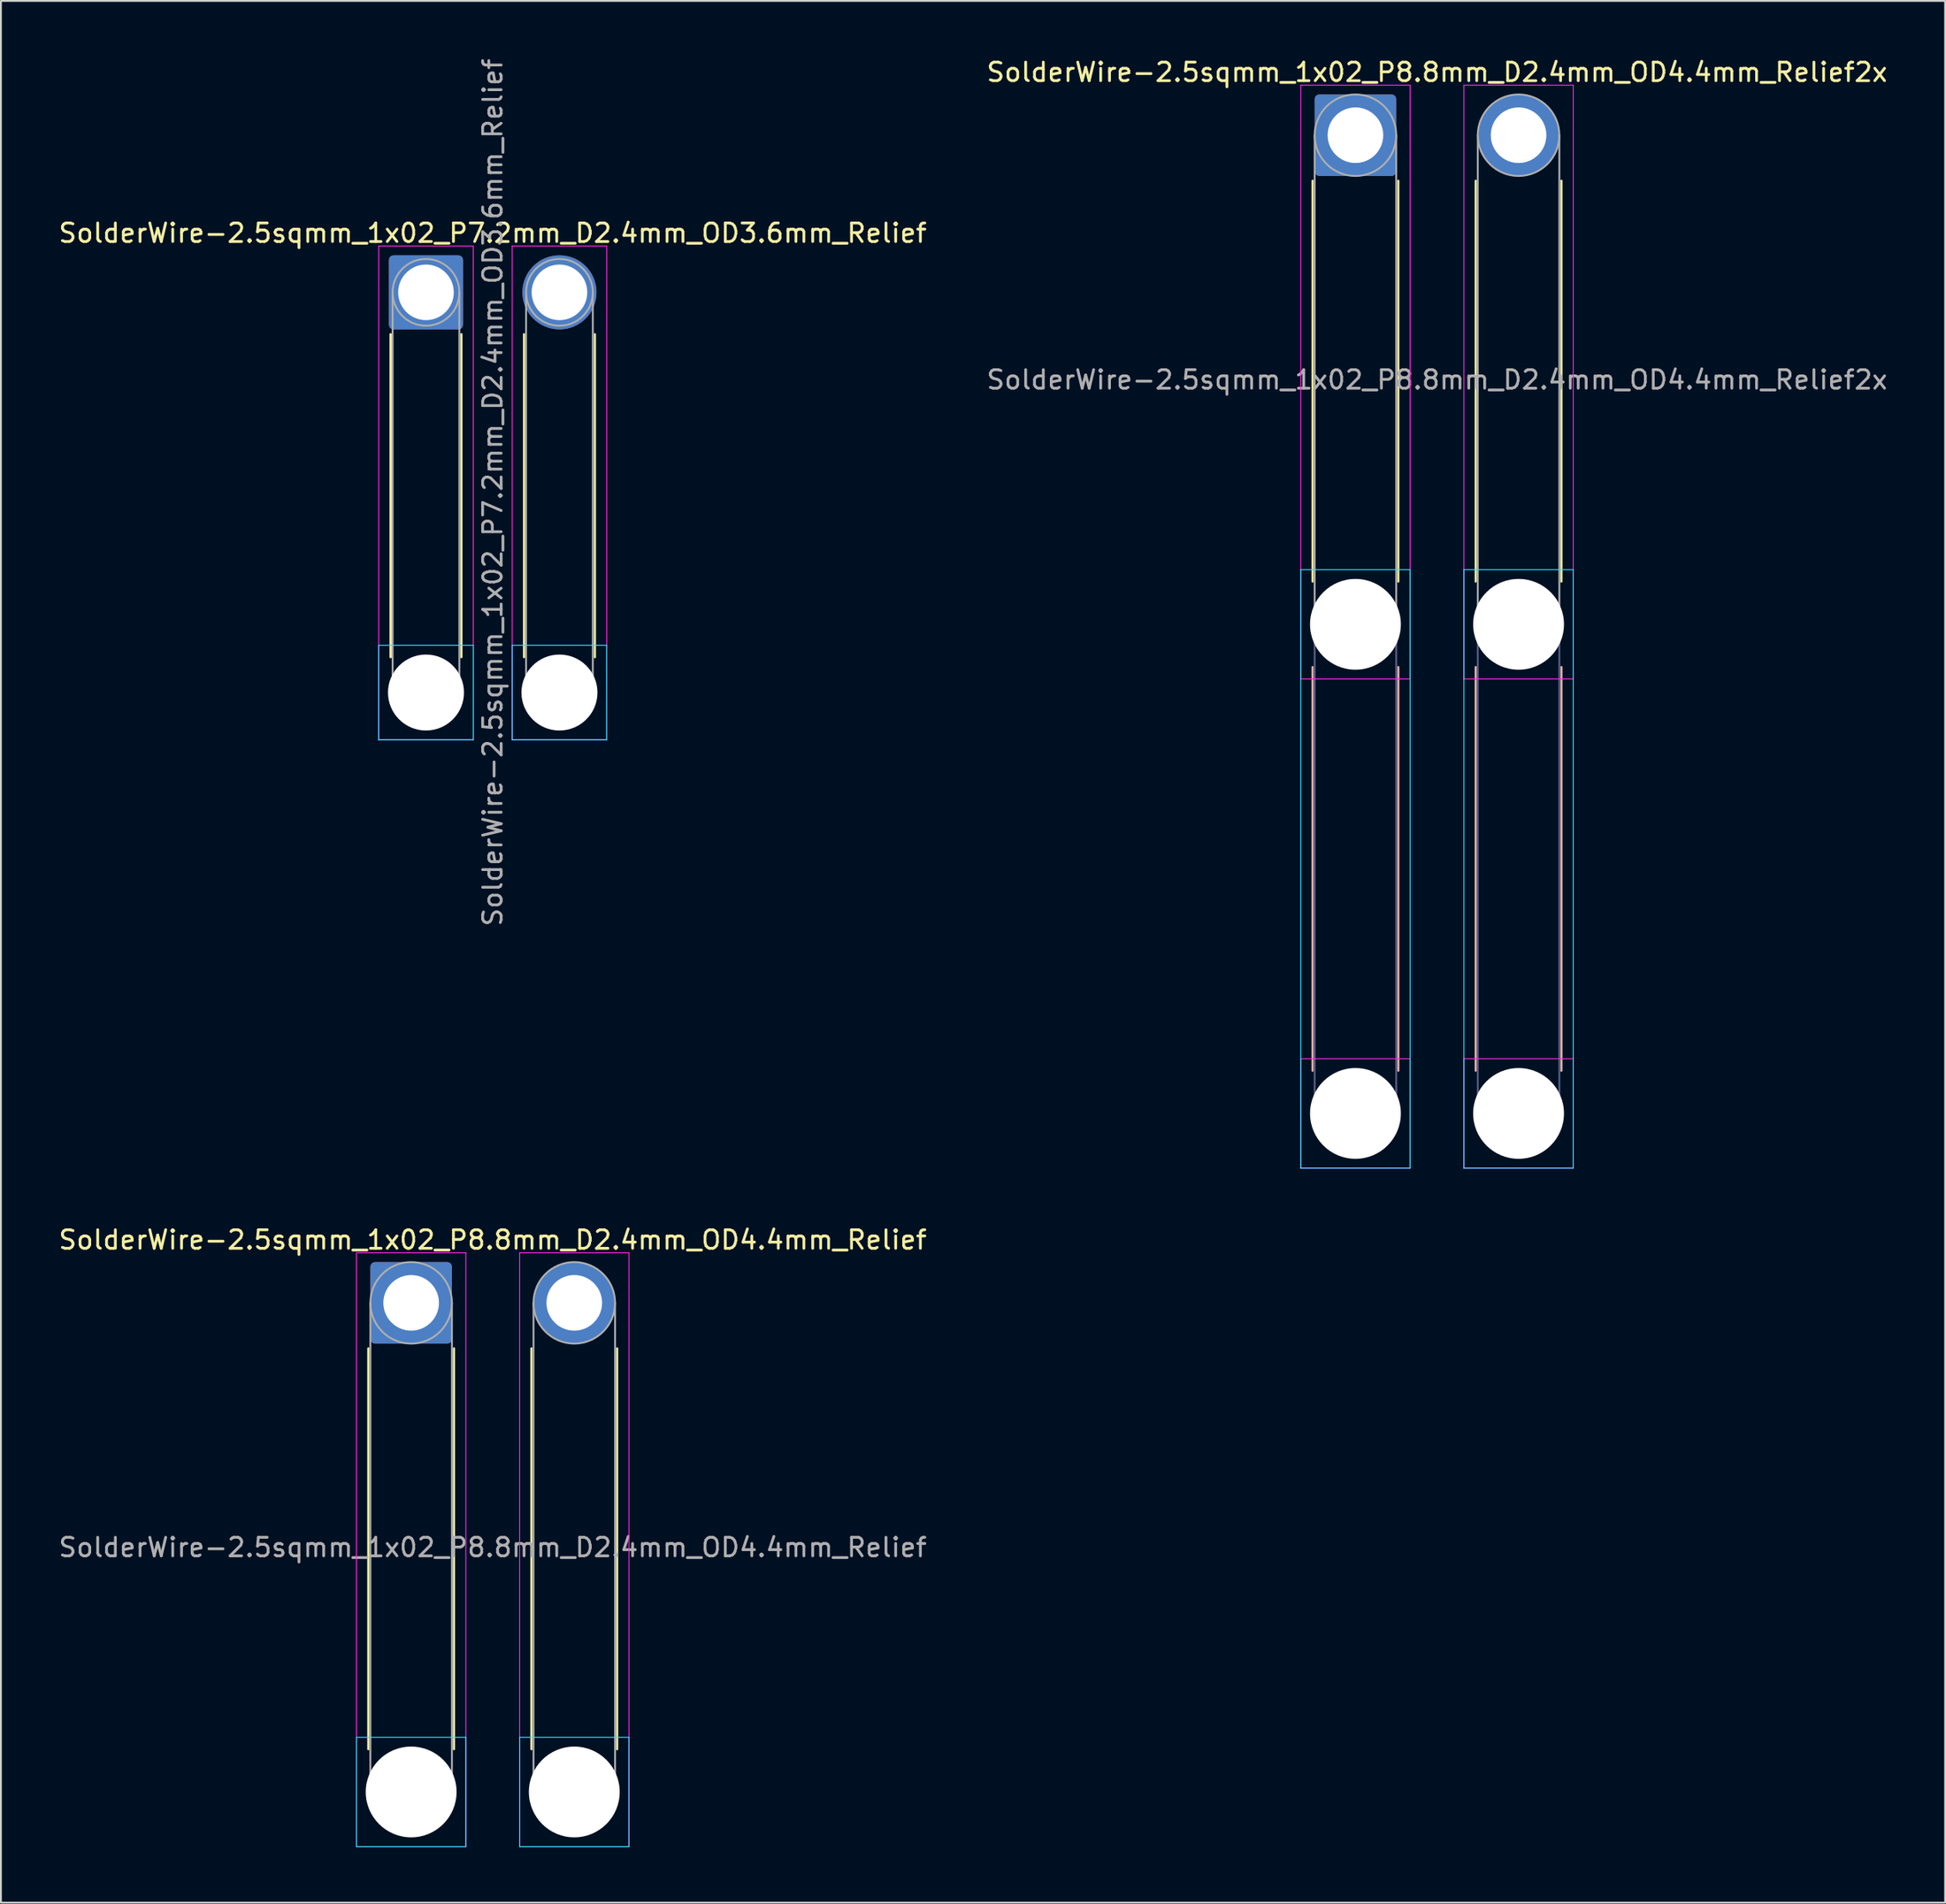
<source format=kicad_pcb>
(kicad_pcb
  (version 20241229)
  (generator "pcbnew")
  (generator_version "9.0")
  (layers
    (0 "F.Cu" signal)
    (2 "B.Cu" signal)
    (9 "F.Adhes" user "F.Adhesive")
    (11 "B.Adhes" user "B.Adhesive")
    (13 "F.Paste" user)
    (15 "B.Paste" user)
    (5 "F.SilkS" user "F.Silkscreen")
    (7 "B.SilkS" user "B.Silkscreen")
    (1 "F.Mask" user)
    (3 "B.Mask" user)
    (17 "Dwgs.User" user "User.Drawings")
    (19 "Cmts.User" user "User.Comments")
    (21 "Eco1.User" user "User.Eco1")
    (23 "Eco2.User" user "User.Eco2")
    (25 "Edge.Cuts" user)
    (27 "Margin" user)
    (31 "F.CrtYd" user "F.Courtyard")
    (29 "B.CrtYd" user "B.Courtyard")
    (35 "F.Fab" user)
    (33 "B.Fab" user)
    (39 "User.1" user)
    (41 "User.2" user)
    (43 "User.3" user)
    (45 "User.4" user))
  (footprint "SolderWire-2.5sqmm_1x02_P8.8mm_D2.4mm_OD4.4mm_Relief"
    (layer "F.Cu")
    (at 19.13 67.272)
    (property "Reference" "SolderWire-2.5sqmm_1x02_P8.8mm_D2.4mm_OD4.4mm_Relief" (at 4.4 -3.4 0) (layer "F.SilkS") (effects (font (size 1 1) (thickness 0.15))))
    (attr exclude_from_pos_files exclude_from_bom)
    (fp_line (start -2.31 2.46) (end -2.31 24.09) (stroke (width 0.12) (type solid)) (layer "F.SilkS"))
    (fp_line (start 2.31 2.46) (end 2.31 24.09) (stroke (width 0.12) (type solid)) (layer "F.SilkS"))
    (fp_line (start 6.49 2.46) (end 6.49 24.09) (stroke (width 0.12) (type solid)) (layer "F.SilkS"))
    (fp_line (start 11.11 2.46) (end 11.11 24.09) (stroke (width 0.12) (type solid)) (layer "F.SilkS"))
    (fp_line (start -2.95 23.45) (end -2.95 29.35) (stroke (width 0.05) (type solid)) (layer "B.CrtYd"))
    (fp_line (start -2.95 29.35) (end 2.95 29.35) (stroke (width 0.05) (type solid)) (layer "B.CrtYd"))
    (fp_line (start 2.95 23.45) (end -2.95 23.45) (stroke (width 0.05) (type solid)) (layer "B.CrtYd"))
    (fp_line (start 2.95 29.35) (end 2.95 23.45) (stroke (width 0.05) (type solid)) (layer "B.CrtYd"))
    (fp_line (start 5.85 23.45) (end 5.85 29.35) (stroke (width 0.05) (type solid)) (layer "B.CrtYd"))
    (fp_line (start 5.85 29.35) (end 11.75 29.35) (stroke (width 0.05) (type solid)) (layer "B.CrtYd"))
    (fp_line (start 11.75 23.45) (end 5.85 23.45) (stroke (width 0.05) (type solid)) (layer "B.CrtYd"))
    (fp_line (start 11.75 29.35) (end 11.75 23.45) (stroke (width 0.05) (type solid)) (layer "B.CrtYd"))
    (fp_line (start -2.95 -2.7) (end -2.95 29.35) (stroke (width 0.05) (type solid)) (layer "F.CrtYd"))
    (fp_line (start -2.95 29.35) (end 2.95 29.35) (stroke (width 0.05) (type solid)) (layer "F.CrtYd"))
    (fp_line (start 2.95 -2.7) (end -2.95 -2.7) (stroke (width 0.05) (type solid)) (layer "F.CrtYd"))
    (fp_line (start 2.95 29.35) (end 2.95 -2.7) (stroke (width 0.05) (type solid)) (layer "F.CrtYd"))
    (fp_line (start 5.85 -2.7) (end 5.85 29.35) (stroke (width 0.05) (type solid)) (layer "F.CrtYd"))
    (fp_line (start 5.85 29.35) (end 11.75 29.35) (stroke (width 0.05) (type solid)) (layer "F.CrtYd"))
    (fp_line (start 11.75 -2.7) (end 5.85 -2.7) (stroke (width 0.05) (type solid)) (layer "F.CrtYd"))
    (fp_line (start 11.75 29.35) (end 11.75 -2.7) (stroke (width 0.05) (type solid)) (layer "F.CrtYd"))
    (fp_line (start -2.2 0) (end -2.2 26.4) (stroke (width 0.1) (type solid)) (layer "F.Fab"))
    (fp_line (start 2.2 0) (end 2.2 26.4) (stroke (width 0.1) (type solid)) (layer "F.Fab"))
    (fp_line (start 6.6 0) (end 6.6 26.4) (stroke (width 0.1) (type solid)) (layer "F.Fab"))
    (fp_line (start 11 0) (end 11 26.4) (stroke (width 0.1) (type solid)) (layer "F.Fab"))
    (fp_circle (center 0 0) (end 2.2 0) (stroke (width 0.1) (type solid)) (fill no) (layer "F.Fab"))
    (fp_circle (center 0 26.4) (end 2.2 26.4) (stroke (width 0.1) (type solid)) (fill no) (layer "F.Fab"))
    (fp_circle (center 8.8 0) (end 11 0) (stroke (width 0.1) (type solid)) (fill no) (layer "F.Fab"))
    (fp_circle (center 8.8 26.4) (end 11 26.4) (stroke (width 0.1) (type solid)) (fill no) (layer "F.Fab"))
    (fp_text user "${REFERENCE}" (at 4.4 13.2 0) (layer "F.Fab") (effects (font (size 1 1) (thickness 0.15))))
    (pad "" np_thru_hole circle (at 0 26.4) (size 4.9 4.9) (drill 4.9) (layers "*.Cu" "*.Mask"))
    (pad "" np_thru_hole circle (at 8.8 26.4) (size 4.9 4.9) (drill 4.9) (layers "*.Cu" "*.Mask"))
    (pad "1" thru_hole roundrect (at 0 0) (size 4.4 4.4) (drill 3) (layers "*.Cu" "*.Mask") (roundrect_rratio 0.057))
    (pad "2" thru_hole circle (at 8.8 0) (size 4.4 4.4) (drill 3) (layers "*.Cu" "*.Mask")))
  (footprint "SolderWire-2.5sqmm_1x02_P7.2mm_D2.4mm_OD3.6mm_Relief"
    (layer "F.Cu")
    (at 19.93 12.73)
    (property "Reference" "SolderWire-2.5sqmm_1x02_P7.2mm_D2.4mm_OD3.6mm_Relief" (at 3.6 -3.2 0) (layer "F.SilkS") (effects (font (size 1 1) (thickness 0.15))))
    (attr exclude_from_pos_files exclude_from_bom)
    (fp_line (start -1.91 2.26) (end -1.91 19.69) (stroke (width 0.12) (type solid)) (layer "F.SilkS"))
    (fp_line (start 1.91 2.26) (end 1.91 19.69) (stroke (width 0.12) (type solid)) (layer "F.SilkS"))
    (fp_line (start 5.29 2.26) (end 5.29 19.69) (stroke (width 0.12) (type solid)) (layer "F.SilkS"))
    (fp_line (start 9.11 2.26) (end 9.11 19.69) (stroke (width 0.12) (type solid)) (layer "F.SilkS"))
    (fp_line (start -2.55 19.05) (end -2.55 24.15) (stroke (width 0.05) (type solid)) (layer "B.CrtYd"))
    (fp_line (start -2.55 24.15) (end 2.55 24.15) (stroke (width 0.05) (type solid)) (layer "B.CrtYd"))
    (fp_line (start 2.55 19.05) (end -2.55 19.05) (stroke (width 0.05) (type solid)) (layer "B.CrtYd"))
    (fp_line (start 2.55 24.15) (end 2.55 19.05) (stroke (width 0.05) (type solid)) (layer "B.CrtYd"))
    (fp_line (start 4.65 19.05) (end 4.65 24.15) (stroke (width 0.05) (type solid)) (layer "B.CrtYd"))
    (fp_line (start 4.65 24.15) (end 9.75 24.15) (stroke (width 0.05) (type solid)) (layer "B.CrtYd"))
    (fp_line (start 9.75 19.05) (end 4.65 19.05) (stroke (width 0.05) (type solid)) (layer "B.CrtYd"))
    (fp_line (start 9.75 24.15) (end 9.75 19.05) (stroke (width 0.05) (type solid)) (layer "B.CrtYd"))
    (fp_line (start -2.55 -2.5) (end -2.55 24.15) (stroke (width 0.05) (type solid)) (layer "F.CrtYd"))
    (fp_line (start -2.55 24.15) (end 2.55 24.15) (stroke (width 0.05) (type solid)) (layer "F.CrtYd"))
    (fp_line (start 2.55 -2.5) (end -2.55 -2.5) (stroke (width 0.05) (type solid)) (layer "F.CrtYd"))
    (fp_line (start 2.55 24.15) (end 2.55 -2.5) (stroke (width 0.05) (type solid)) (layer "F.CrtYd"))
    (fp_line (start 4.65 -2.5) (end 4.65 24.15) (stroke (width 0.05) (type solid)) (layer "F.CrtYd"))
    (fp_line (start 4.65 24.15) (end 9.75 24.15) (stroke (width 0.05) (type solid)) (layer "F.CrtYd"))
    (fp_line (start 9.75 -2.5) (end 4.65 -2.5) (stroke (width 0.05) (type solid)) (layer "F.CrtYd"))
    (fp_line (start 9.75 24.15) (end 9.75 -2.5) (stroke (width 0.05) (type solid)) (layer "F.CrtYd"))
    (fp_line (start -1.8 0) (end -1.8 21.6) (stroke (width 0.1) (type solid)) (layer "F.Fab"))
    (fp_line (start 1.8 0) (end 1.8 21.6) (stroke (width 0.1) (type solid)) (layer "F.Fab"))
    (fp_line (start 5.4 0) (end 5.4 21.6) (stroke (width 0.1) (type solid)) (layer "F.Fab"))
    (fp_line (start 9 0) (end 9 21.6) (stroke (width 0.1) (type solid)) (layer "F.Fab"))
    (fp_circle (center 0 0) (end 1.8 0) (stroke (width 0.1) (type solid)) (fill no) (layer "F.Fab"))
    (fp_circle (center 0 21.6) (end 1.8 21.6) (stroke (width 0.1) (type solid)) (fill no) (layer "F.Fab"))
    (fp_circle (center 7.2 0) (end 9 0) (stroke (width 0.1) (type solid)) (fill no) (layer "F.Fab"))
    (fp_circle (center 7.2 21.6) (end 9 21.6) (stroke (width 0.1) (type solid)) (fill no) (layer "F.Fab"))
    (fp_text user "${REFERENCE}" (at 3.6 10.8 90) (layer "F.Fab") (effects (font (size 1 1) (thickness 0.15))))
    (pad "" np_thru_hole circle (at 0 21.6) (size 4.1 4.1) (drill 4.1) (layers "*.Cu" "*.Mask"))
    (pad "" np_thru_hole circle (at 7.2 21.6) (size 4.1 4.1) (drill 4.1) (layers "*.Cu" "*.Mask"))
    (pad "1" thru_hole roundrect (at 0 0) (size 4 4) (drill 3) (layers "*.Cu" "*.Mask") (roundrect_rratio 0.062))
    (pad "2" thru_hole circle (at 7.2 0) (size 4 4) (drill 3) (layers "*.Cu" "*.Mask")))
  (footprint "SolderWire-2.5sqmm_1x02_P8.8mm_D2.4mm_OD4.4mm_Relief2x"
    (layer "F.Cu")
    (at 70.07 4.248)
    (property "Reference" "SolderWire-2.5sqmm_1x02_P8.8mm_D2.4mm_OD4.4mm_Relief2x" (at 4.4 -3.4 0) (layer "F.SilkS") (effects (font (size 1 1) (thickness 0.15))))
    (attr exclude_from_pos_files exclude_from_bom)
    (fp_line (start -2.31 2.46) (end -2.31 24.09) (stroke (width 0.12) (type solid)) (layer "F.SilkS"))
    (fp_line (start 2.31 2.46) (end 2.31 24.09) (stroke (width 0.12) (type solid)) (layer "F.SilkS"))
    (fp_line (start 6.49 2.46) (end 6.49 24.09) (stroke (width 0.12) (type solid)) (layer "F.SilkS"))
    (fp_line (start 11.11 2.46) (end 11.11 24.09) (stroke (width 0.12) (type solid)) (layer "F.SilkS"))
    (fp_line (start -2.31 28.71) (end -2.31 50.49) (stroke (width 0.12) (type solid)) (layer "B.SilkS"))
    (fp_line (start 2.31 28.71) (end 2.31 50.49) (stroke (width 0.12) (type solid)) (layer "B.SilkS"))
    (fp_line (start 6.49 28.71) (end 6.49 50.49) (stroke (width 0.12) (type solid)) (layer "B.SilkS"))
    (fp_line (start 11.11 28.71) (end 11.11 50.49) (stroke (width 0.12) (type solid)) (layer "B.SilkS"))
    (fp_line (start -2.95 23.45) (end -2.95 55.75) (stroke (width 0.05) (type solid)) (layer "B.CrtYd"))
    (fp_line (start -2.95 55.75) (end 2.95 55.75) (stroke (width 0.05) (type solid)) (layer "B.CrtYd"))
    (fp_line (start 2.95 23.45) (end -2.95 23.45) (stroke (width 0.05) (type solid)) (layer "B.CrtYd"))
    (fp_line (start 2.95 55.75) (end 2.95 23.45) (stroke (width 0.05) (type solid)) (layer "B.CrtYd"))
    (fp_line (start 5.85 23.45) (end 5.85 55.75) (stroke (width 0.05) (type solid)) (layer "B.CrtYd"))
    (fp_line (start 5.85 55.75) (end 11.75 55.75) (stroke (width 0.05) (type solid)) (layer "B.CrtYd"))
    (fp_line (start 11.75 23.45) (end 5.85 23.45) (stroke (width 0.05) (type solid)) (layer "B.CrtYd"))
    (fp_line (start 11.75 55.75) (end 11.75 23.45) (stroke (width 0.05) (type solid)) (layer "B.CrtYd"))
    (fp_line (start -2.95 -2.7) (end -2.95 29.35) (stroke (width 0.05) (type solid)) (layer "F.CrtYd"))
    (fp_line (start -2.95 29.35) (end 2.95 29.35) (stroke (width 0.05) (type solid)) (layer "F.CrtYd"))
    (fp_line (start -2.95 49.85) (end -2.95 55.75) (stroke (width 0.05) (type solid)) (layer "F.CrtYd"))
    (fp_line (start -2.95 55.75) (end 2.95 55.75) (stroke (width 0.05) (type solid)) (layer "F.CrtYd"))
    (fp_line (start 2.95 -2.7) (end -2.95 -2.7) (stroke (width 0.05) (type solid)) (layer "F.CrtYd"))
    (fp_line (start 2.95 29.35) (end 2.95 -2.7) (stroke (width 0.05) (type solid)) (layer "F.CrtYd"))
    (fp_line (start 2.95 49.85) (end -2.95 49.85) (stroke (width 0.05) (type solid)) (layer "F.CrtYd"))
    (fp_line (start 2.95 55.75) (end 2.95 49.85) (stroke (width 0.05) (type solid)) (layer "F.CrtYd"))
    (fp_line (start 5.85 -2.7) (end 5.85 29.35) (stroke (width 0.05) (type solid)) (layer "F.CrtYd"))
    (fp_line (start 5.85 29.35) (end 11.75 29.35) (stroke (width 0.05) (type solid)) (layer "F.CrtYd"))
    (fp_line (start 5.85 49.85) (end 5.85 55.75) (stroke (width 0.05) (type solid)) (layer "F.CrtYd"))
    (fp_line (start 5.85 55.75) (end 11.75 55.75) (stroke (width 0.05) (type solid)) (layer "F.CrtYd"))
    (fp_line (start 11.75 -2.7) (end 5.85 -2.7) (stroke (width 0.05) (type solid)) (layer "F.CrtYd"))
    (fp_line (start 11.75 29.35) (end 11.75 -2.7) (stroke (width 0.05) (type solid)) (layer "F.CrtYd"))
    (fp_line (start 11.75 49.85) (end 5.85 49.85) (stroke (width 0.05) (type solid)) (layer "F.CrtYd"))
    (fp_line (start 11.75 55.75) (end 11.75 49.85) (stroke (width 0.05) (type solid)) (layer "F.CrtYd"))
    (fp_line (start -2.2 26.4) (end -2.2 52.8) (stroke (width 0.1) (type solid)) (layer "B.Fab"))
    (fp_line (start 2.2 26.4) (end 2.2 52.8) (stroke (width 0.1) (type solid)) (layer "B.Fab"))
    (fp_line (start 6.6 26.4) (end 6.6 52.8) (stroke (width 0.1) (type solid)) (layer "B.Fab"))
    (fp_line (start 11 26.4) (end 11 52.8) (stroke (width 0.1) (type solid)) (layer "B.Fab"))
    (fp_circle (center 0 26.4) (end 2.2 26.4) (stroke (width 0.1) (type solid)) (fill no) (layer "B.Fab"))
    (fp_circle (center 0 52.8) (end 2.2 52.8) (stroke (width 0.1) (type solid)) (fill no) (layer "B.Fab"))
    (fp_circle (center 8.8 26.4) (end 11 26.4) (stroke (width 0.1) (type solid)) (fill no) (layer "B.Fab"))
    (fp_circle (center 8.8 52.8) (end 11 52.8) (stroke (width 0.1) (type solid)) (fill no) (layer "B.Fab"))
    (fp_line (start -2.2 0) (end -2.2 26.4) (stroke (width 0.1) (type solid)) (layer "F.Fab"))
    (fp_line (start 2.2 0) (end 2.2 26.4) (stroke (width 0.1) (type solid)) (layer "F.Fab"))
    (fp_line (start 6.6 0) (end 6.6 26.4) (stroke (width 0.1) (type solid)) (layer "F.Fab"))
    (fp_line (start 11 0) (end 11 26.4) (stroke (width 0.1) (type solid)) (layer "F.Fab"))
    (fp_circle (center 0 0) (end 2.2 0) (stroke (width 0.1) (type solid)) (fill no) (layer "F.Fab"))
    (fp_circle (center 0 26.4) (end 2.2 26.4) (stroke (width 0.1) (type solid)) (fill no) (layer "F.Fab"))
    (fp_circle (center 0 52.8) (end 2.2 52.8) (stroke (width 0.1) (type solid)) (fill no) (layer "F.Fab"))
    (fp_circle (center 8.8 0) (end 11 0) (stroke (width 0.1) (type solid)) (fill no) (layer "F.Fab"))
    (fp_circle (center 8.8 26.4) (end 11 26.4) (stroke (width 0.1) (type solid)) (fill no) (layer "F.Fab"))
    (fp_circle (center 8.8 52.8) (end 11 52.8) (stroke (width 0.1) (type solid)) (fill no) (layer "F.Fab"))
    (fp_text user "${REFERENCE}" (at 4.4 13.2 0) (layer "F.Fab") (effects (font (size 1 1) (thickness 0.15))))
    (pad "" np_thru_hole circle (at 0 26.4) (size 4.9 4.9) (drill 4.9) (layers "*.Cu" "*.Mask"))
    (pad "" np_thru_hole circle (at 0 52.8) (size 4.9 4.9) (drill 4.9) (layers "*.Cu" "*.Mask"))
    (pad "" np_thru_hole circle (at 8.8 26.4) (size 4.9 4.9) (drill 4.9) (layers "*.Cu" "*.Mask"))
    (pad "" np_thru_hole circle (at 8.8 52.8) (size 4.9 4.9) (drill 4.9) (layers "*.Cu" "*.Mask"))
    (pad "1" thru_hole roundrect (at 0 0) (size 4.4 4.4) (drill 3) (layers "*.Cu" "*.Mask") (roundrect_rratio 0.057))
    (pad "2" thru_hole circle (at 8.8 0) (size 4.4 4.4) (drill 3) (layers "*.Cu" "*.Mask")))
  (gr_rect
    (start -3 -3)
    (end 101.881 99.647)
    (stroke (width 0.1) (type default))
    (fill no)
    (layer "Edge.Cuts")))
</source>
